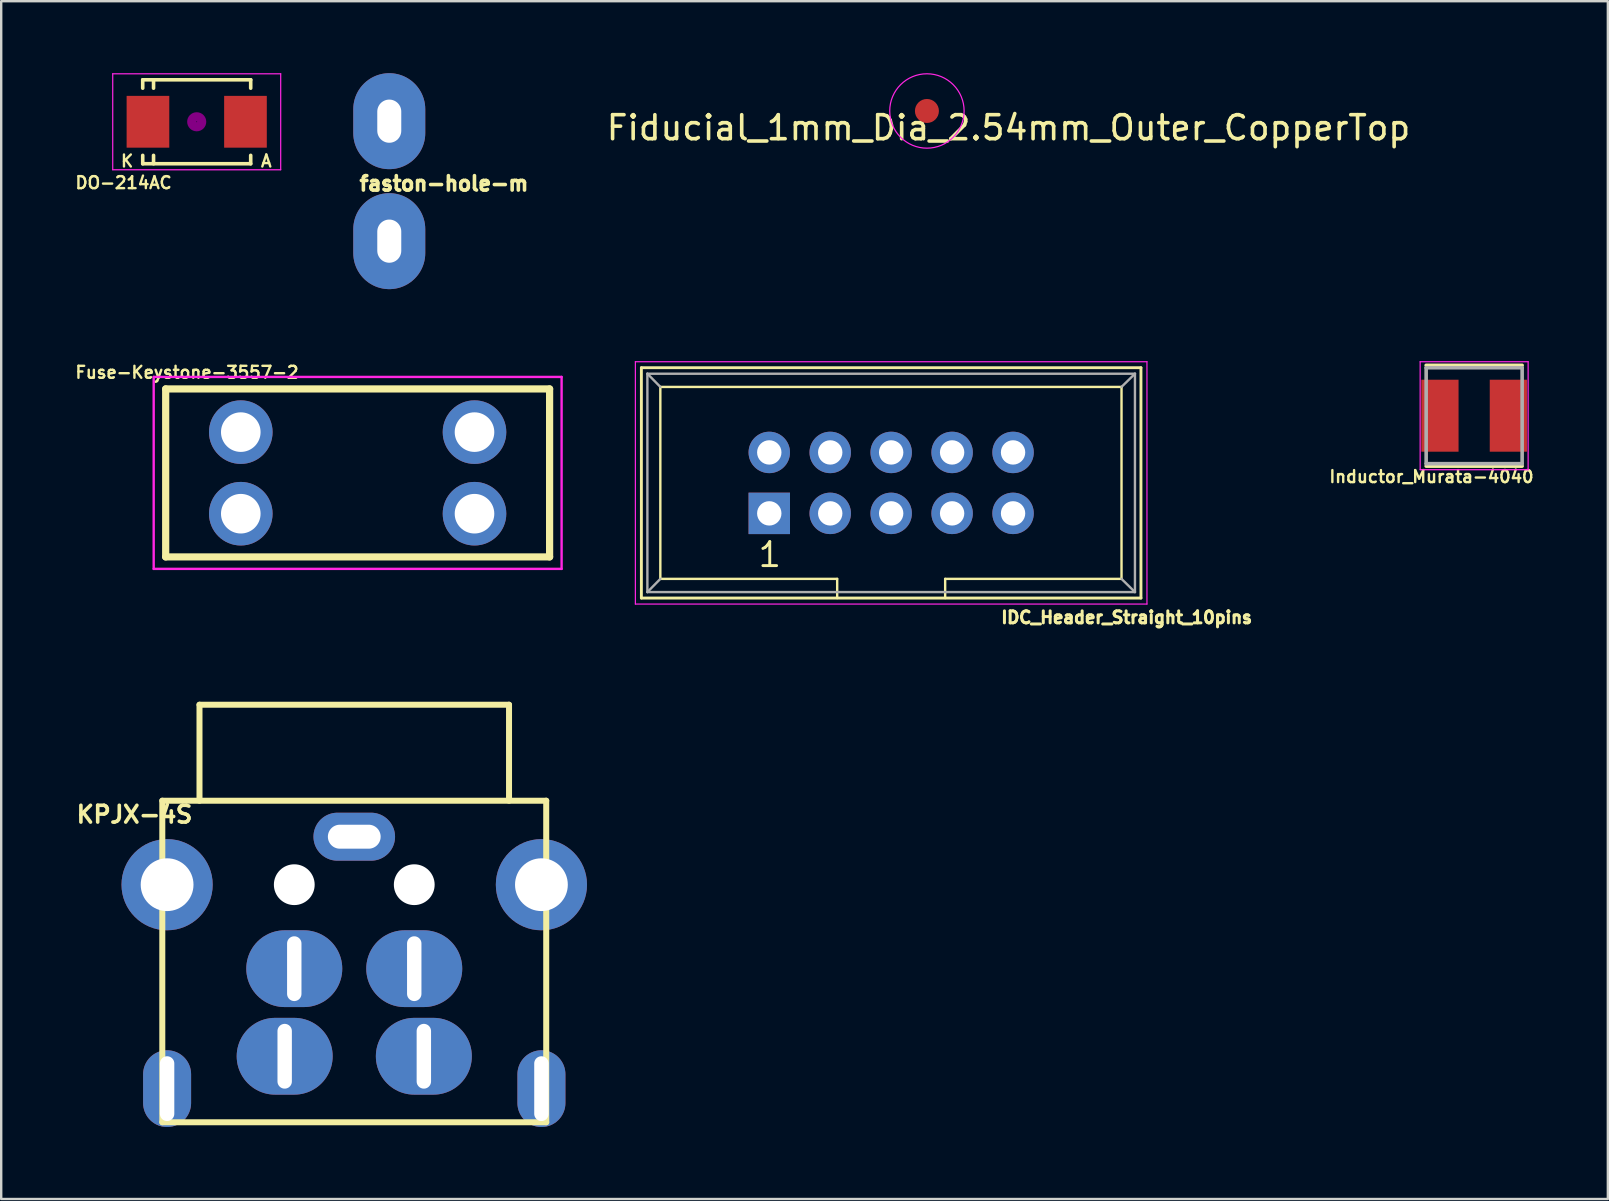
<source format=kicad_pcb>
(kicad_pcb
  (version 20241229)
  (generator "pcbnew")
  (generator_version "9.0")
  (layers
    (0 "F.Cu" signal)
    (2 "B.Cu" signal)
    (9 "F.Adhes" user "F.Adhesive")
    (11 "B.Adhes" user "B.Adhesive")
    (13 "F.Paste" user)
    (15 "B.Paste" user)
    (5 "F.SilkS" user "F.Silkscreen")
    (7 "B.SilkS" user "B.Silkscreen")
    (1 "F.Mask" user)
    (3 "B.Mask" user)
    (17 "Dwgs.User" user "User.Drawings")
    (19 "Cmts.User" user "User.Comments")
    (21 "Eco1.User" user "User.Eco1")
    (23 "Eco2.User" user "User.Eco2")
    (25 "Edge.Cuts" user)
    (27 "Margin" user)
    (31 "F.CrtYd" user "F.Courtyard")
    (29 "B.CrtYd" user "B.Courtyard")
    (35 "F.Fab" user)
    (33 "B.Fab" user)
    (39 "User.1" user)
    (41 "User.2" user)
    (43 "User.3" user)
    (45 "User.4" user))
  (footprint "DO-214AC"
    (layer "F.Cu")
    (at 5.148 2.025)
    (property "Reference" "DO-214AC" (at -3.048 2.54 180) (layer "F.SilkS") (effects (font (size 0.5 0.5) (thickness 0.1))))
    (attr smd)
    (fp_line (start -2.25 -1.75) (end -2.25 -1.4) (stroke (width 0.15) (type solid)) (layer "F.SilkS"))
    (fp_line (start -2.25 -1.75) (end 2.25 -1.75) (stroke (width 0.15) (type solid)) (layer "F.SilkS"))
    (fp_line (start -2.25 1.75) (end -2.25 1.4) (stroke (width 0.15) (type solid)) (layer "F.SilkS"))
    (fp_line (start -2.25 1.75) (end 2.25 1.75) (stroke (width 0.15) (type solid)) (layer "F.SilkS"))
    (fp_line (start -1.799 -1.75) (end -1.799 -1.4) (stroke (width 0.15) (type solid)) (layer "F.SilkS"))
    (fp_line (start -1.799 1.75) (end -1.799 1.4) (stroke (width 0.15) (type solid)) (layer "F.SilkS"))
    (fp_line (start 2.25 -1.75) (end 2.25 -1.4) (stroke (width 0.15) (type solid)) (layer "F.SilkS"))
    (fp_line (start 2.25 1.75) (end 2.25 1.4) (stroke (width 0.15) (type solid)) (layer "F.SilkS"))
    (fp_circle (center 0 0) (end 0.201 -0.051) (stroke (width 0.381) (type solid)) (fill no) (layer "F.Adhes"))
    (fp_line (start -3.5 -2) (end 3.5 -2) (stroke (width 0.05) (type solid)) (layer "F.CrtYd"))
    (fp_line (start -3.5 2) (end -3.5 -2) (stroke (width 0.05) (type solid)) (layer "F.CrtYd"))
    (fp_line (start 3.5 -2) (end 3.5 2) (stroke (width 0.05) (type solid)) (layer "F.CrtYd"))
    (fp_line (start 3.5 2) (end -3.5 2) (stroke (width 0.05) (type solid)) (layer "F.CrtYd"))
    (fp_text user "K" (at -2.9 1.637 0) (layer "F.SilkS") (effects (font (size 0.5 0.5) (thickness 0.1))))
    (fp_text user "A" (at 2.9 1.637 0) (layer "F.SilkS") (effects (font (size 0.5 0.5) (thickness 0.1))))
    (pad "1" smd rect (at -2.032 0) (size 1.778 2.159) (layers "F.Cu" "F.Mask" "F.Paste"))
    (pad "2" smd rect (at 2.032 0) (size 1.778 2.159) (layers "F.Cu" "F.Mask" "F.Paste")))
  (footprint "Fuse-Keystone-3557-2"
    (layer "F.Cu")
    (at 11.855 16.659)
    (property "Reference" "Fuse-Keystone-3557-2" (at -7.112 -4.191 180) (layer "F.SilkS") (effects (font (size 0.5 0.5) (thickness 0.1))))
    (attr through_hole)
    (fp_line (start -8 -3.5) (end -8 3.5) (stroke (width 0.3) (type solid)) (layer "F.SilkS"))
    (fp_line (start -8 3.5) (end 8 3.5) (stroke (width 0.3) (type solid)) (layer "F.SilkS"))
    (fp_line (start 8 -3.5) (end -8 -3.5) (stroke (width 0.3) (type solid)) (layer "F.SilkS"))
    (fp_line (start 8 3.5) (end 8 -3.5) (stroke (width 0.3) (type solid)) (layer "F.SilkS"))
    (fp_line (start -8.5 -4) (end 8.5 -4) (stroke (width 0.1) (type solid)) (layer "F.CrtYd"))
    (fp_line (start -8.5 4) (end -8.5 -4) (stroke (width 0.1) (type solid)) (layer "F.CrtYd"))
    (fp_line (start 8.5 -4) (end 8.5 4) (stroke (width 0.1) (type solid)) (layer "F.CrtYd"))
    (fp_line (start 8.5 4) (end -8.5 4) (stroke (width 0.1) (type solid)) (layer "F.CrtYd"))
    (pad "1" thru_hole circle (at -4.87 -1.7) (size 2.65 2.65) (drill 1.65) (layers "*.Cu" "*.Mask"))
    (pad "1" thru_hole circle (at -4.87 1.7) (size 2.65 2.65) (drill 1.65) (layers "*.Cu" "*.Mask"))
    (pad "2" thru_hole circle (at 4.87 -1.7) (size 2.65 2.65) (drill 1.65) (layers "*.Cu" "*.Mask"))
    (pad "2" thru_hole circle (at 4.87 1.7) (size 2.65 2.65) (drill 1.65) (layers "*.Cu" "*.Mask")))
  (footprint "KPJX-4S"
    (layer "F.Cu")
    (at 11.714 37.32)
    (property "Reference" "KPJX-4S" (at -9.159 -6.426 0) (layer "F.SilkS") (effects (font (size 0.7 0.7) (thickness 0.15))))
    (attr through_hole)
    (fp_line (start -8 -7) (end -8 6.4) (stroke (width 0.25) (type solid)) (layer "F.SilkS"))
    (fp_line (start -8 6.4) (end 8 6.4) (stroke (width 0.25) (type solid)) (layer "F.SilkS"))
    (fp_line (start -6.45 -11) (end -6.45 -7) (stroke (width 0.25) (type solid)) (layer "F.SilkS"))
    (fp_line (start 6.45 -11) (end -6.45 -11) (stroke (width 0.25) (type solid)) (layer "F.SilkS"))
    (fp_line (start 6.45 -11) (end 6.45 -7) (stroke (width 0.25) (type solid)) (layer "F.SilkS"))
    (fp_line (start 8 -7) (end -8 -7) (stroke (width 0.25) (type solid)) (layer "F.SilkS"))
    (fp_line (start 8 6.4) (end 8 -7) (stroke (width 0.25) (type solid)) (layer "F.SilkS"))
    (pad "" np_thru_hole circle (at -2.5 -3.5) (size 1.7 1.7) (drill 1.7) (layers "*.Cu" "*.Mask"))
    (pad "" np_thru_hole circle (at 2.5 -3.5) (size 1.7 1.7) (drill 1.7) (layers "*.Cu" "*.Mask"))
    (pad "1" thru_hole oval (at 2.9 3.65) (size 4 3.2) (drill oval 0.6 2.7) (layers "*.Cu" "*.Mask"))
    (pad "2" thru_hole oval (at -2.9 3.65) (size 4 3.2) (drill oval 0.6 2.7) (layers "*.Cu" "*.Mask"))
    (pad "3" thru_hole oval (at 2.5 0) (size 4 3.2) (drill oval 0.6 2.7) (layers "*.Cu" "*.Mask"))
    (pad "4" thru_hole oval (at -2.5 0) (size 4 3.2) (drill oval 0.6 2.7) (layers "*.Cu" "*.Mask"))
    (pad "5" thru_hole oval (at 0 -5.5) (size 3.4 2) (drill oval 2.2 1) (layers "*.Cu" "*.Mask"))
    (pad "6" thru_hole oval (at -7.8 5) (size 2 3.2) (drill oval 0.6 2.7) (layers "*.Cu" "*.Mask"))
    (pad "7" thru_hole oval (at 7.8 5) (size 2 3.2) (drill oval 0.6 2.7) (layers "*.Cu" "*.Mask"))
    (pad "8" thru_hole circle (at -7.8 -3.5) (size 3.8 3.8) (drill 2.2) (layers "*.Cu" "*.Mask"))
    (pad "9" thru_hole circle (at 7.8 -3.5) (size 3.8 3.8) (drill 2.2) (layers "*.Cu" "*.Mask")))
  (footprint "faston-hole-m"
    (layer "F.Cu")
    (at 13.173 4.5)
    (property "Reference" "faston-hole-m" (at 2.279 0.1 180) (layer "F.SilkS") (effects (font (size 0.6 0.6) (thickness 0.15))))
    (attr through_hole)
    (pad "1" thru_hole oval (at 0 -2.5) (size 3 4) (drill oval 1 1.8) (layers "*.Cu" "*.Mask"))
    (pad "1" thru_hole oval (at 0 2.5) (size 3 4) (drill oval 1 1.8) (layers "*.Cu" "*.Mask")))
  (footprint "IDC_Header_Straight_10pins"
    (layer "F.Cu")
    (at 29.01 18.345)
    (property "Reference" "IDC_Header_Straight_10pins" (at 14.896 4.338 0) (layer "F.SilkS") (effects (font (size 0.5 0.5) (thickness 0.125))))
    (attr through_hole)
    (fp_line (start -5.33 -6.07) (end 15.49 -6.07) (stroke (width 0.12) (type solid)) (layer "F.SilkS"))
    (fp_line (start -5.33 3.53) (end -5.33 -6.07) (stroke (width 0.12) (type solid)) (layer "F.SilkS"))
    (fp_line (start -4.54 -5.27) (end -4.54 2.73) (stroke (width 0.1) (type solid)) (layer "F.SilkS"))
    (fp_line (start -4.54 -5.27) (end 14.68 -5.27) (stroke (width 0.1) (type solid)) (layer "F.SilkS"))
    (fp_line (start -4.54 2.73) (end 2.83 2.73) (stroke (width 0.1) (type solid)) (layer "F.SilkS"))
    (fp_line (start 2.83 2.73) (end 2.83 3.53) (stroke (width 0.1) (type solid)) (layer "F.SilkS"))
    (fp_line (start 7.33 2.73) (end 7.33 3.53) (stroke (width 0.1) (type solid)) (layer "F.SilkS"))
    (fp_line (start 7.33 2.73) (end 14.68 2.73) (stroke (width 0.1) (type solid)) (layer "F.SilkS"))
    (fp_line (start 14.68 -5.27) (end 14.68 2.73) (stroke (width 0.1) (type solid)) (layer "F.SilkS"))
    (fp_line (start 15.49 -6.07) (end 15.49 3.53) (stroke (width 0.12) (type solid)) (layer "F.SilkS"))
    (fp_line (start 15.49 3.53) (end -5.33 3.53) (stroke (width 0.12) (type solid)) (layer "F.SilkS"))
    (fp_line (start -5.58 -6.32) (end 15.74 -6.32) (stroke (width 0.05) (type solid)) (layer "F.CrtYd"))
    (fp_line (start -5.58 3.78) (end -5.58 -6.32) (stroke (width 0.05) (type solid)) (layer "F.CrtYd"))
    (fp_line (start 15.74 -6.32) (end 15.74 3.78) (stroke (width 0.05) (type solid)) (layer "F.CrtYd"))
    (fp_line (start 15.74 3.78) (end -5.58 3.78) (stroke (width 0.05) (type solid)) (layer "F.CrtYd"))
    (fp_line (start -5.08 -5.82) (end -5.08 3.28) (stroke (width 0.1) (type solid)) (layer "F.Fab"))
    (fp_line (start -5.08 -5.82) (end -4.54 -5.27) (stroke (width 0.1) (type solid)) (layer "F.Fab"))
    (fp_line (start -5.08 -5.82) (end 15.24 -5.82) (stroke (width 0.1) (type solid)) (layer "F.Fab"))
    (fp_line (start -5.08 3.28) (end -4.54 2.73) (stroke (width 0.1) (type solid)) (layer "F.Fab"))
    (fp_line (start -5.08 3.28) (end 15.24 3.28) (stroke (width 0.1) (type solid)) (layer "F.Fab"))
    (fp_line (start 15.24 -5.82) (end 14.68 -5.27) (stroke (width 0.1) (type solid)) (layer "F.Fab"))
    (fp_line (start 15.24 -5.82) (end 15.24 3.28) (stroke (width 0.1) (type solid)) (layer "F.Fab"))
    (fp_line (start 15.24 3.28) (end 14.68 2.73) (stroke (width 0.1) (type solid)) (layer "F.Fab"))
    (fp_text user "1" (at 0.02 1.72 0) (layer "F.SilkS") (effects (font (size 1 1) (thickness 0.12))))
    (pad "1" thru_hole rect (at 0 0) (size 1.727 1.727) (drill 1.016) (layers "*.Cu" "*.Mask"))
    (pad "2" thru_hole oval (at 0 -2.54) (size 1.727 1.727) (drill 1.016) (layers "*.Cu" "*.Mask"))
    (pad "3" thru_hole oval (at 2.54 0) (size 1.727 1.727) (drill 1.016) (layers "*.Cu" "*.Mask"))
    (pad "4" thru_hole oval (at 2.54 -2.54) (size 1.727 1.727) (drill 1.016) (layers "*.Cu" "*.Mask"))
    (pad "5" thru_hole oval (at 5.08 0) (size 1.727 1.727) (drill 1.016) (layers "*.Cu" "*.Mask"))
    (pad "6" thru_hole oval (at 5.08 -2.54) (size 1.727 1.727) (drill 1.016) (layers "*.Cu" "*.Mask"))
    (pad "7" thru_hole oval (at 7.62 0) (size 1.727 1.727) (drill 1.016) (layers "*.Cu" "*.Mask"))
    (pad "8" thru_hole oval (at 7.62 -2.54) (size 1.727 1.727) (drill 1.016) (layers "*.Cu" "*.Mask"))
    (pad "9" thru_hole oval (at 10.16 0) (size 1.727 1.727) (drill 1.016) (layers "*.Cu" "*.Mask"))
    (pad "10" thru_hole oval (at 10.16 -2.54) (size 1.727 1.727) (drill 1.016) (layers "*.Cu" "*.Mask")))
  (footprint "Fiducial_1mm_Dia_2.54mm_Outer_CopperTop"
    (layer "F.Cu")
    (at 35.58 1.575)
    (property "Reference" "Fiducial_1mm_Dia_2.54mm_Outer_CopperTop" (at 3.4 0.7 0) (layer "F.SilkS") (effects (font (size 1 1) (thickness 0.15))))
    (attr smd)
    (fp_circle (center 0 0) (end 1.55 0) (stroke (width 0.05) (type solid)) (fill no) (layer "F.CrtYd"))
    (pad "~" smd circle (at 0 0) (size 1 1) (layers "F.Cu" "F.Mask")))
  (footprint "Inductor_Murata-4040"
    (layer "F.Cu")
    (at 58.386 14.275)
    (property "Reference" "Inductor_Murata-4040" (at -1.778 2.54 180) (layer "F.SilkS") (effects (font (size 0.5 0.5) (thickness 0.1))))
    (attr smd)
    (fp_line (start -2 -2.1) (end 2 -2.1) (stroke (width 0.15) (type solid)) (layer "F.SilkS"))
    (fp_line (start -2 2.1) (end 2 2.1) (stroke (width 0.15) (type solid)) (layer "F.SilkS"))
    (fp_line (start -2.25 -2.25) (end -2.25 2.25) (stroke (width 0.05) (type solid)) (layer "F.CrtYd"))
    (fp_line (start -2.25 2.25) (end 2.25 2.25) (stroke (width 0.05) (type solid)) (layer "F.CrtYd"))
    (fp_line (start 2.25 -2.25) (end -2.25 -2.25) (stroke (width 0.05) (type solid)) (layer "F.CrtYd"))
    (fp_line (start 2.25 2.25) (end 2.25 -2.25) (stroke (width 0.05) (type solid)) (layer "F.CrtYd"))
    (fp_line (start -2 -2) (end -2 2) (stroke (width 0.15) (type solid)) (layer "F.Fab"))
    (fp_line (start -2 2) (end 2 2) (stroke (width 0.15) (type solid)) (layer "F.Fab"))
    (fp_line (start 2 -2) (end -2 -2) (stroke (width 0.15) (type solid)) (layer "F.Fab"))
    (fp_line (start 2 2) (end 2 -2) (stroke (width 0.15) (type solid)) (layer "F.Fab"))
    (pad "1" smd rect (at -1.425 0) (size 1.55 3) (layers "F.Cu" "F.Mask" "F.Paste"))
    (pad "2" smd rect (at 1.425 0) (size 1.55 3) (layers "F.Cu" "F.Mask" "F.Paste")))
  (gr_rect
    (start -3 -3)
    (end 63.958 46.92)
    (stroke (width 0.1) (type default))
    (fill no)
    (layer "Edge.Cuts")))
</source>
